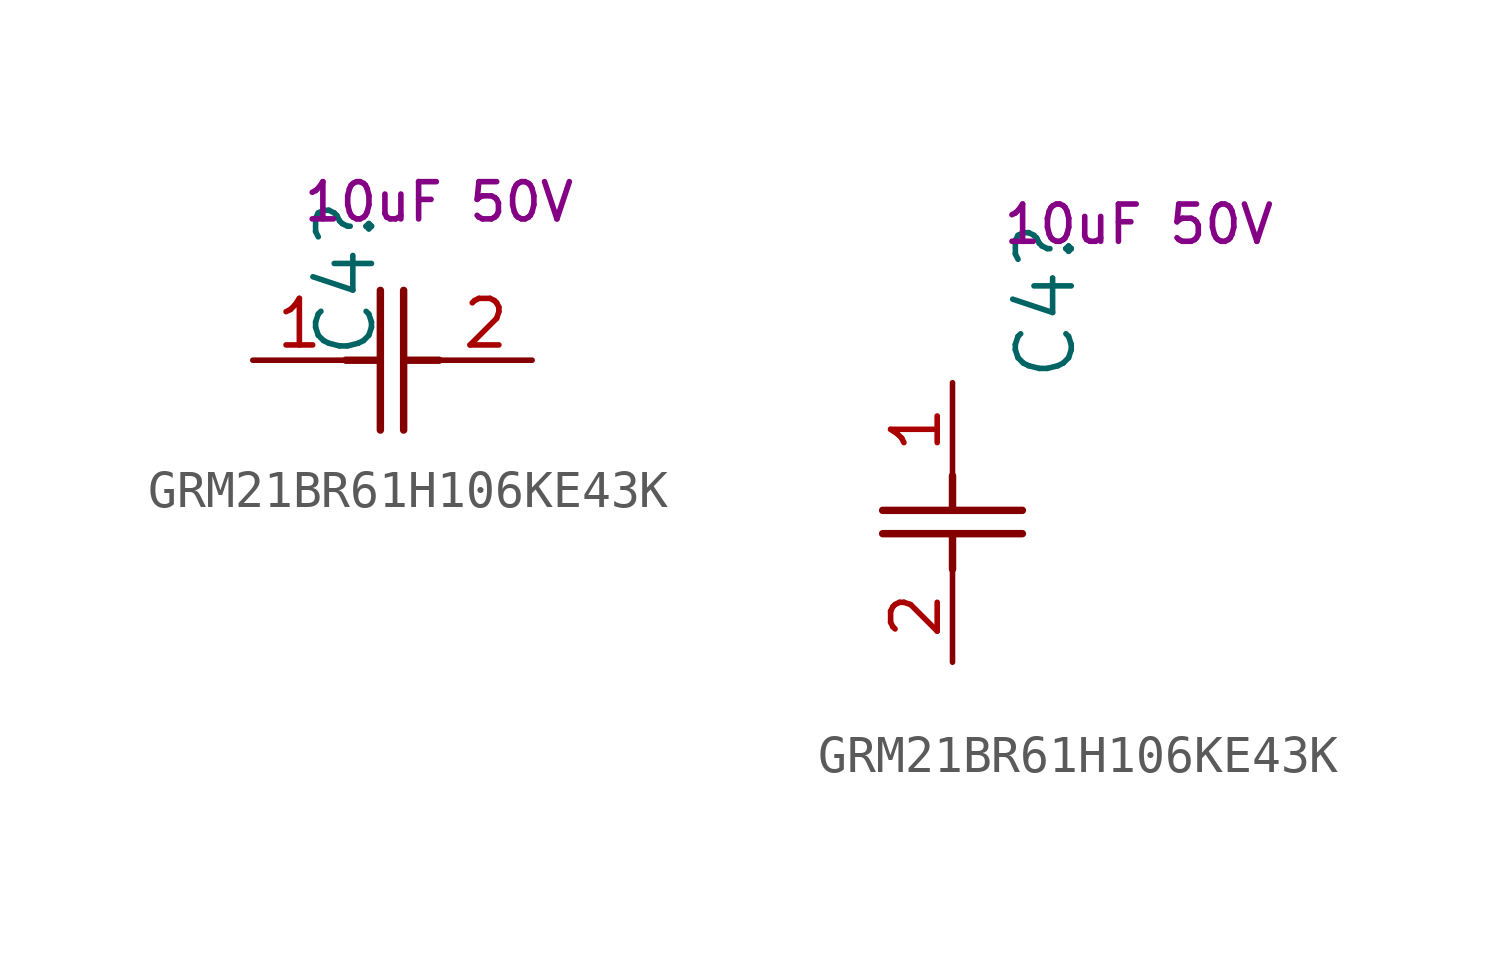
<source format=kicad_sym>
(kicad_symbol_lib
  (version 20231120)
  (generator "kicad_symbol_editor")
  (generator_version "8.0")
  (symbol "GRM21BR61H106KE43K"
    (pin_names
      (offset 0.254))
    (property "Reference" "C4"
      (at 2.54 0 90)
      (effects (font (size 1.524 1.524)) (justify left)))
    (property "Field4" "10uF 50V"
      (at 5.08 4.318 0)
      (effects (font (size 1.016 1.016))))
    (symbol "GRM21BR61H106KE43K_1_1"
      (polyline (pts (xy 2.54 0) (xy 3.48 0)) (stroke (width 0.203) (type default)) (fill (type none)))
      (polyline (pts (xy 3.48 -1.905) (xy 3.48 1.905)) (stroke (width 0.203) (type default)) (fill (type none)))
      (polyline (pts (xy 4.115 -1.905) (xy 4.115 1.905)) (stroke (width 0.203) (type default)) (fill (type none)))
      (polyline (pts (xy 4.115 0) (xy 5.08 0)) (stroke (width 0.203) (type default)) (fill (type none)))
      (pin passive line (at 0 0 0) (length 2.54) (name "" (effects (font (size 1.27 1.27)))) (number "1" (effects (font (size 1.27 1.27)))))
      (pin passive line (at 7.62 0 180) (length 2.54) (name "" (effects (font (size 1.27 1.27)))) (number "2" (effects (font (size 1.27 1.27))))))
    (symbol "GRM21BR61H106KE43K_1_2"
      (polyline (pts (xy -1.905 -4.115) (xy 1.905 -4.115)) (stroke (width 0.203) (type default)) (fill (type none)))
      (polyline (pts (xy -1.905 -3.48) (xy 1.905 -3.48)) (stroke (width 0.203) (type default)) (fill (type none)))
      (polyline (pts (xy 0 -4.115) (xy 0 -5.08)) (stroke (width 0.203) (type default)) (fill (type none)))
      (polyline (pts (xy 0 -2.54) (xy 0 -3.48)) (stroke (width 0.203) (type default)) (fill (type none)))
      (pin unspecified line (at 0 0 270) (length 2.54) (name "" (effects (font (size 1.27 1.27)))) (number "1" (effects (font (size 1.27 1.27)))))
      (pin unspecified line (at 0 -7.62 90) (length 2.54) (name "" (effects (font (size 1.27 1.27)))) (number "2" (effects (font (size 1.27 1.27))))))))
</source>
